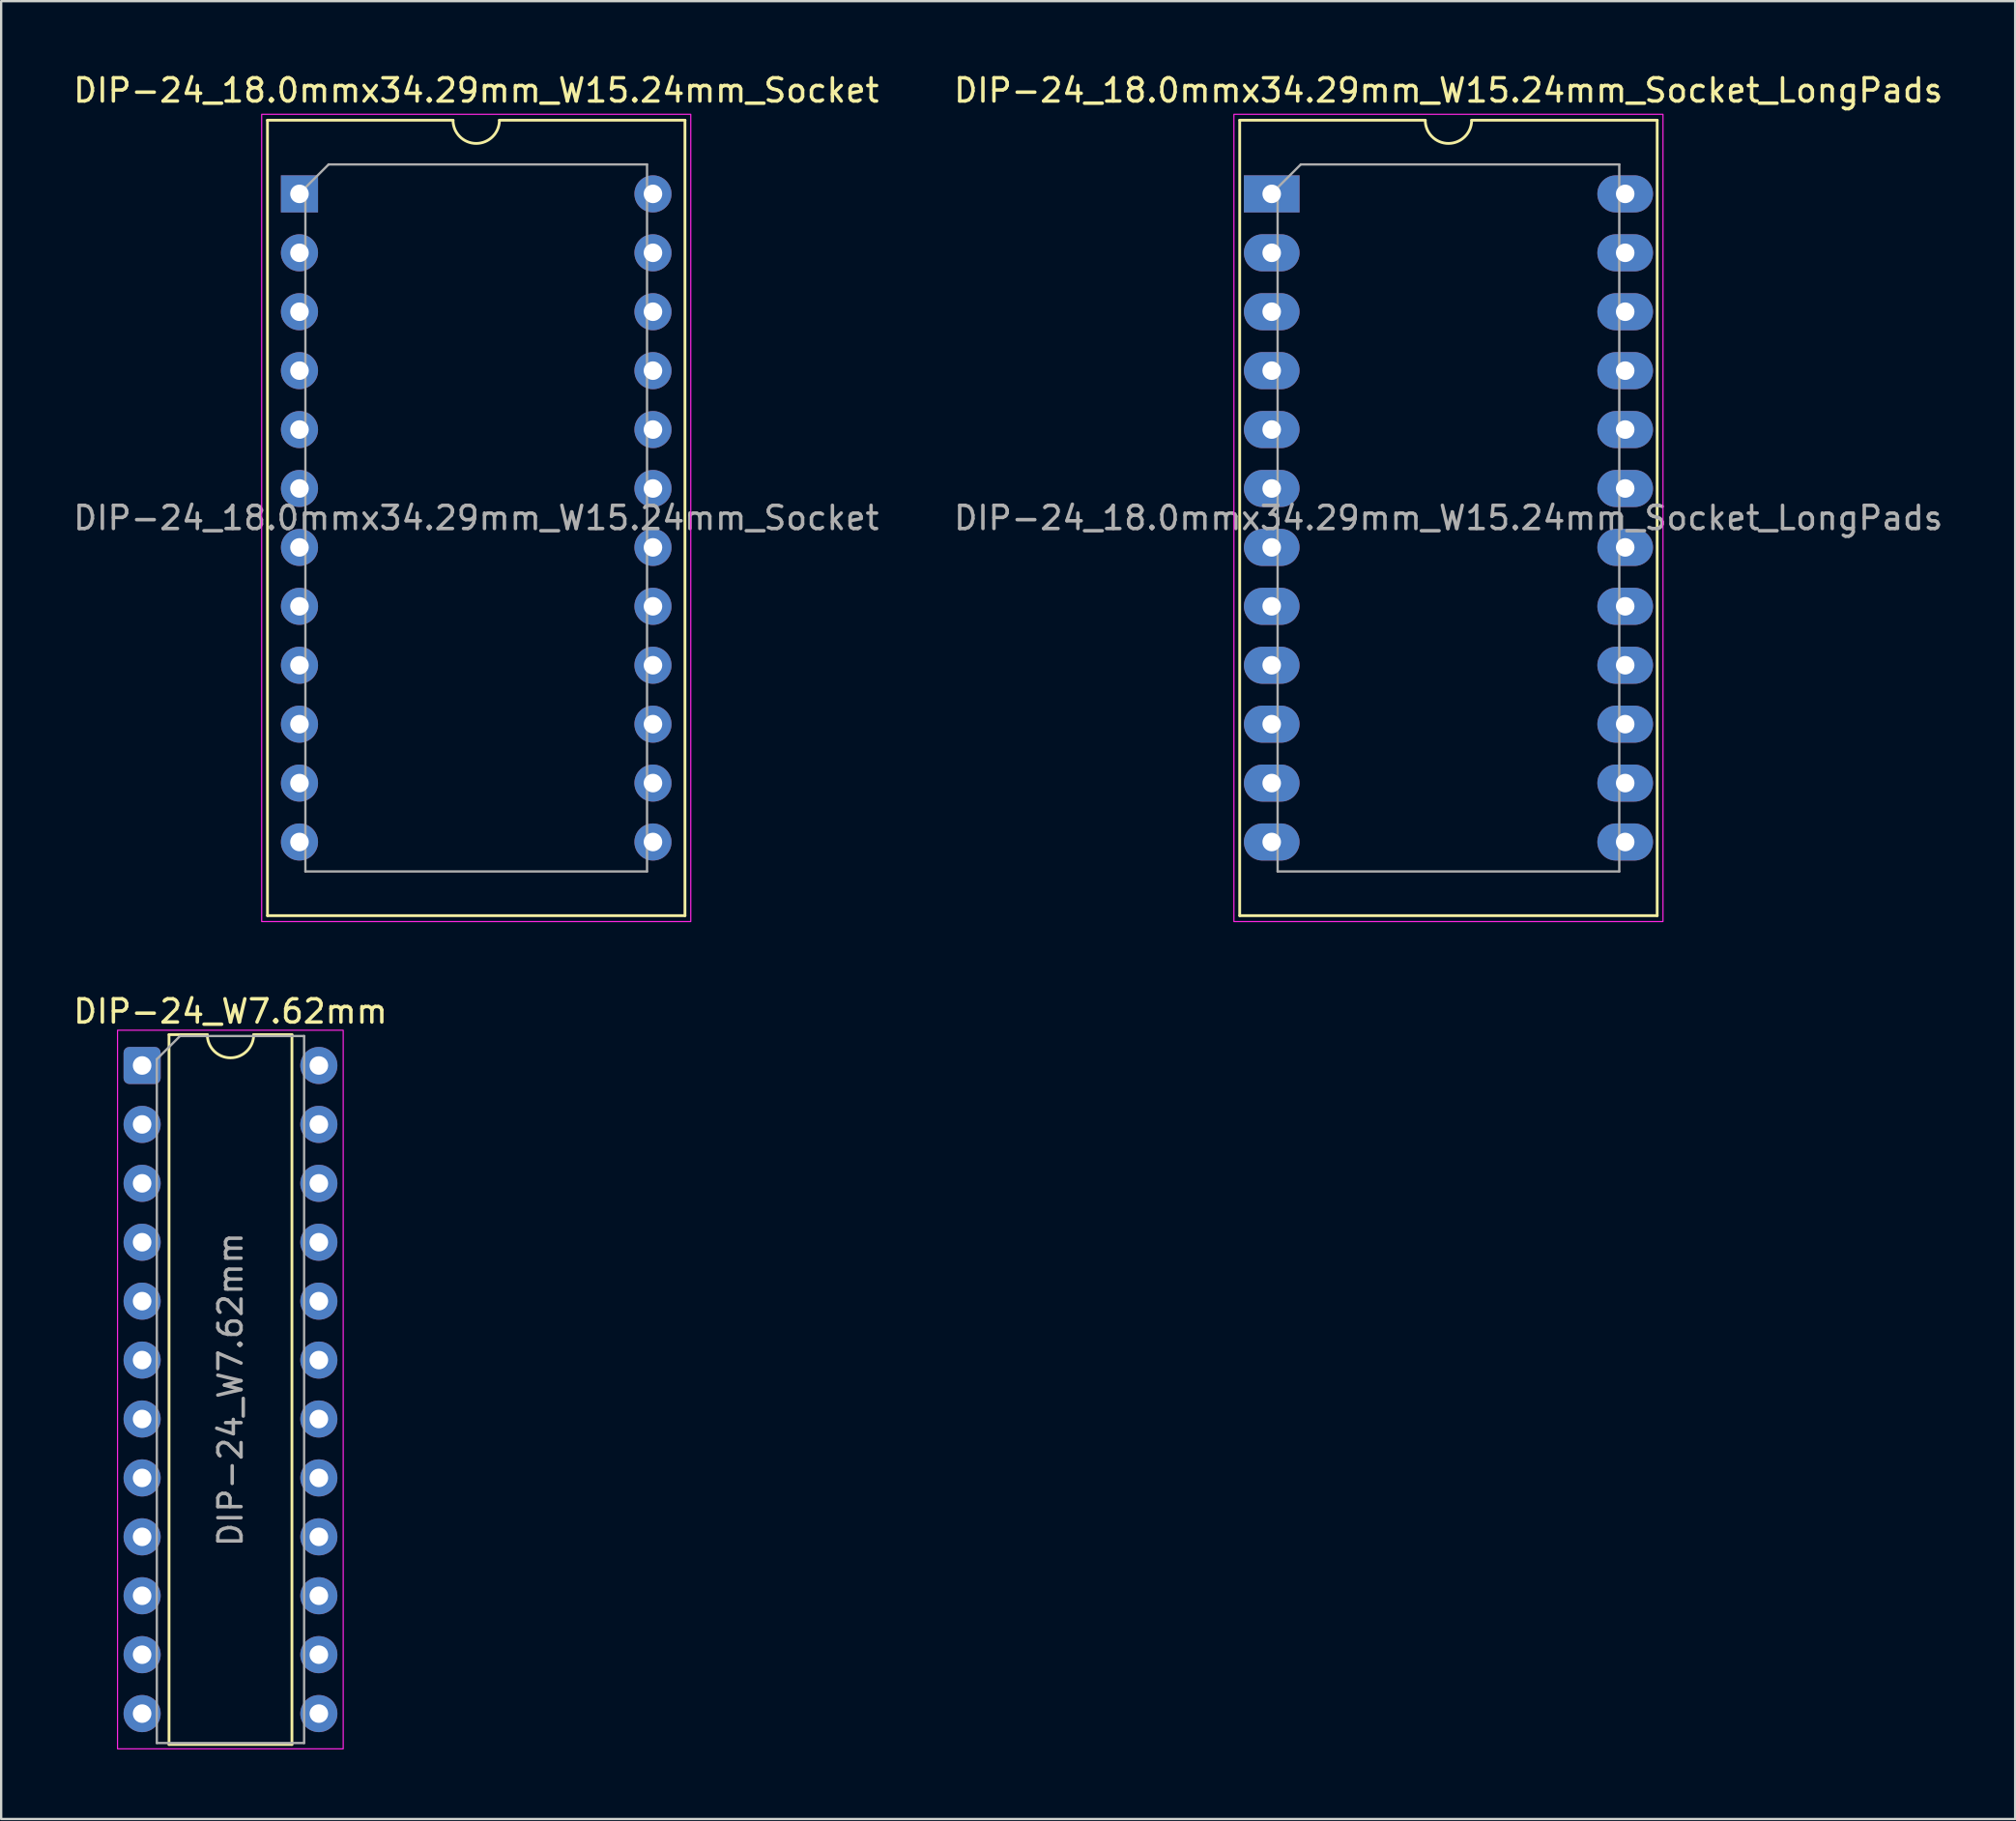
<source format=kicad_pcb>
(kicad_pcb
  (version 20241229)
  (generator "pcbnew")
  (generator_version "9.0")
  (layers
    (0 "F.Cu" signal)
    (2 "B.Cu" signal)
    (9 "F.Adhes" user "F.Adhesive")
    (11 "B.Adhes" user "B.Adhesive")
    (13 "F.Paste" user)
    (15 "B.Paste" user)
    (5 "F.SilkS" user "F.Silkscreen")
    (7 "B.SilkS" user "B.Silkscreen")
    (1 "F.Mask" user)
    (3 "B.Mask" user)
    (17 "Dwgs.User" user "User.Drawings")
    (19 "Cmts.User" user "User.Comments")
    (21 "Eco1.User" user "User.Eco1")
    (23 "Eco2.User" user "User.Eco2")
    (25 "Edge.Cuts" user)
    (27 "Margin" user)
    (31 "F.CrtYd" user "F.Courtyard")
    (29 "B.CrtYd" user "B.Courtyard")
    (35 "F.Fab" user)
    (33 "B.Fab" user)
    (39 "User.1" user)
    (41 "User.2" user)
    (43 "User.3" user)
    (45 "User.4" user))
  (footprint "DIP-24_W7.62mm"
    (layer "F.Cu")
    (at 3.077 42.882)
    (property "Reference" "DIP-24_W7.62mm" (at 3.81 -2.33 0) (layer "F.SilkS") (effects (font (size 1 1) (thickness 0.15))))
    (attr through_hole)
    (fp_line (start 1.16 -1.33) (end 1.16 29.27) (stroke (width 0.12) (type solid)) (layer "F.SilkS"))
    (fp_line (start 1.16 29.27) (end 6.46 29.27) (stroke (width 0.12) (type solid)) (layer "F.SilkS"))
    (fp_line (start 2.81 -1.33) (end 1.16 -1.33) (stroke (width 0.12) (type solid)) (layer "F.SilkS"))
    (fp_line (start 6.46 -1.33) (end 4.81 -1.33) (stroke (width 0.12) (type solid)) (layer "F.SilkS"))
    (fp_line (start 6.46 29.27) (end 6.46 -1.33) (stroke (width 0.12) (type solid)) (layer "F.SilkS"))
    (fp_arc (start 4.81 -1.33) (mid 3.81 -0.33) (end 2.81 -1.33) (stroke (width 0.12) (type solid)) (layer "F.SilkS"))
    (fp_rect (start -1.06 -1.52) (end 8.67 29.46) (stroke (width 0.05) (type solid)) (fill no) (layer "F.CrtYd"))
    (fp_line (start 0.635 -0.27) (end 1.635 -1.27) (stroke (width 0.1) (type solid)) (layer "F.Fab"))
    (fp_line (start 0.635 29.21) (end 0.635 -0.27) (stroke (width 0.1) (type solid)) (layer "F.Fab"))
    (fp_line (start 1.635 -1.27) (end 6.985 -1.27) (stroke (width 0.1) (type solid)) (layer "F.Fab"))
    (fp_line (start 6.985 -1.27) (end 6.985 29.21) (stroke (width 0.1) (type solid)) (layer "F.Fab"))
    (fp_line (start 6.985 29.21) (end 0.635 29.21) (stroke (width 0.1) (type solid)) (layer "F.Fab"))
    (fp_text user "${REFERENCE}" (at 3.81 13.97 90) (layer "F.Fab") (effects (font (size 1 1) (thickness 0.15))))
    (pad "1" thru_hole roundrect (at 0 0) (size 1.6 1.6) (drill 0.8) (layers "*.Cu" "*.Mask") (roundrect_rratio 0.156))
    (pad "2" thru_hole circle (at 0 2.54) (size 1.6 1.6) (drill 0.8) (layers "*.Cu" "*.Mask"))
    (pad "3" thru_hole circle (at 0 5.08) (size 1.6 1.6) (drill 0.8) (layers "*.Cu" "*.Mask"))
    (pad "4" thru_hole circle (at 0 7.62) (size 1.6 1.6) (drill 0.8) (layers "*.Cu" "*.Mask"))
    (pad "5" thru_hole circle (at 0 10.16) (size 1.6 1.6) (drill 0.8) (layers "*.Cu" "*.Mask"))
    (pad "6" thru_hole circle (at 0 12.7) (size 1.6 1.6) (drill 0.8) (layers "*.Cu" "*.Mask"))
    (pad "7" thru_hole circle (at 0 15.24) (size 1.6 1.6) (drill 0.8) (layers "*.Cu" "*.Mask"))
    (pad "8" thru_hole circle (at 0 17.78) (size 1.6 1.6) (drill 0.8) (layers "*.Cu" "*.Mask"))
    (pad "9" thru_hole circle (at 0 20.32) (size 1.6 1.6) (drill 0.8) (layers "*.Cu" "*.Mask"))
    (pad "10" thru_hole circle (at 0 22.86) (size 1.6 1.6) (drill 0.8) (layers "*.Cu" "*.Mask"))
    (pad "11" thru_hole circle (at 0 25.4) (size 1.6 1.6) (drill 0.8) (layers "*.Cu" "*.Mask"))
    (pad "12" thru_hole circle (at 0 27.94) (size 1.6 1.6) (drill 0.8) (layers "*.Cu" "*.Mask"))
    (pad "13" thru_hole circle (at 7.62 27.94) (size 1.6 1.6) (drill 0.8) (layers "*.Cu" "*.Mask"))
    (pad "14" thru_hole circle (at 7.62 25.4) (size 1.6 1.6) (drill 0.8) (layers "*.Cu" "*.Mask"))
    (pad "15" thru_hole circle (at 7.62 22.86) (size 1.6 1.6) (drill 0.8) (layers "*.Cu" "*.Mask"))
    (pad "16" thru_hole circle (at 7.62 20.32) (size 1.6 1.6) (drill 0.8) (layers "*.Cu" "*.Mask"))
    (pad "17" thru_hole circle (at 7.62 17.78) (size 1.6 1.6) (drill 0.8) (layers "*.Cu" "*.Mask"))
    (pad "18" thru_hole circle (at 7.62 15.24) (size 1.6 1.6) (drill 0.8) (layers "*.Cu" "*.Mask"))
    (pad "19" thru_hole circle (at 7.62 12.7) (size 1.6 1.6) (drill 0.8) (layers "*.Cu" "*.Mask"))
    (pad "20" thru_hole circle (at 7.62 10.16) (size 1.6 1.6) (drill 0.8) (layers "*.Cu" "*.Mask"))
    (pad "21" thru_hole circle (at 7.62 7.62) (size 1.6 1.6) (drill 0.8) (layers "*.Cu" "*.Mask"))
    (pad "22" thru_hole circle (at 7.62 5.08) (size 1.6 1.6) (drill 0.8) (layers "*.Cu" "*.Mask"))
    (pad "23" thru_hole circle (at 7.62 2.54) (size 1.6 1.6) (drill 0.8) (layers "*.Cu" "*.Mask"))
    (pad "24" thru_hole circle (at 7.62 0) (size 1.6 1.6) (drill 0.8) (layers "*.Cu" "*.Mask")))
  (footprint "DIP-24_18.0mmx34.29mm_W15.24mm_Socket"
    (layer "F.Cu")
    (at 9.862 5.308)
    (property "Reference" "DIP-24_18.0mmx34.29mm_W15.24mm_Socket" (at 7.62 -4.46 0) (layer "F.SilkS") (effects (font (size 1 1) (thickness 0.15))))
    (attr through_hole)
    (fp_line (start -1.38 -3.175) (end -1.38 31.115) (stroke (width 0.12) (type solid)) (layer "F.SilkS"))
    (fp_line (start -1.38 31.115) (end 16.62 31.115) (stroke (width 0.12) (type solid)) (layer "F.SilkS"))
    (fp_line (start 6.62 -3.175) (end -1.38 -3.175) (stroke (width 0.12) (type solid)) (layer "F.SilkS"))
    (fp_line (start 16.62 -3.175) (end 8.62 -3.175) (stroke (width 0.12) (type solid)) (layer "F.SilkS"))
    (fp_line (start 16.62 31.115) (end 16.62 -3.175) (stroke (width 0.12) (type solid)) (layer "F.SilkS"))
    (fp_arc (start 8.62 -3.175) (mid 7.62 -2.175) (end 6.62 -3.175) (stroke (width 0.12) (type solid)) (layer "F.SilkS"))
    (fp_rect (start -1.63 -3.43) (end 16.87 31.37) (stroke (width 0.05) (type default)) (fill no) (layer "F.CrtYd"))
    (fp_line (start 0.255 -0.27) (end 1.255 -1.27) (stroke (width 0.1) (type solid)) (layer "F.Fab"))
    (fp_line (start 0.255 29.21) (end 0.255 -0.27) (stroke (width 0.1) (type solid)) (layer "F.Fab"))
    (fp_line (start 1.255 -1.27) (end 14.985 -1.27) (stroke (width 0.1) (type solid)) (layer "F.Fab"))
    (fp_line (start 14.985 -1.27) (end 14.985 29.21) (stroke (width 0.1) (type solid)) (layer "F.Fab"))
    (fp_line (start 14.985 29.21) (end 0.255 29.21) (stroke (width 0.1) (type solid)) (layer "F.Fab"))
    (fp_text user "${REFERENCE}" (at 7.62 13.97 0) (layer "F.Fab") (effects (font (size 1 1) (thickness 0.15))))
    (pad "1" thru_hole rect (at 0 0) (size 1.6 1.6) (drill 0.8) (layers "*.Cu" "*.Mask"))
    (pad "2" thru_hole oval (at 0 2.54) (size 1.6 1.6) (drill 0.8) (layers "*.Cu" "*.Mask"))
    (pad "3" thru_hole oval (at 0 5.08) (size 1.6 1.6) (drill 0.8) (layers "*.Cu" "*.Mask"))
    (pad "4" thru_hole oval (at 0 7.62) (size 1.6 1.6) (drill 0.8) (layers "*.Cu" "*.Mask"))
    (pad "5" thru_hole oval (at 0 10.16) (size 1.6 1.6) (drill 0.8) (layers "*.Cu" "*.Mask"))
    (pad "6" thru_hole oval (at 0 12.7) (size 1.6 1.6) (drill 0.8) (layers "*.Cu" "*.Mask"))
    (pad "7" thru_hole oval (at 0 15.24) (size 1.6 1.6) (drill 0.8) (layers "*.Cu" "*.Mask"))
    (pad "8" thru_hole oval (at 0 17.78) (size 1.6 1.6) (drill 0.8) (layers "*.Cu" "*.Mask"))
    (pad "9" thru_hole oval (at 0 20.32) (size 1.6 1.6) (drill 0.8) (layers "*.Cu" "*.Mask"))
    (pad "10" thru_hole oval (at 0 22.86) (size 1.6 1.6) (drill 0.8) (layers "*.Cu" "*.Mask"))
    (pad "11" thru_hole oval (at 0 25.4) (size 1.6 1.6) (drill 0.8) (layers "*.Cu" "*.Mask"))
    (pad "12" thru_hole oval (at 0 27.94) (size 1.6 1.6) (drill 0.8) (layers "*.Cu" "*.Mask"))
    (pad "13" thru_hole oval (at 15.24 27.94) (size 1.6 1.6) (drill 0.8) (layers "*.Cu" "*.Mask"))
    (pad "14" thru_hole oval (at 15.24 25.4) (size 1.6 1.6) (drill 0.8) (layers "*.Cu" "*.Mask"))
    (pad "15" thru_hole oval (at 15.24 22.86) (size 1.6 1.6) (drill 0.8) (layers "*.Cu" "*.Mask"))
    (pad "16" thru_hole oval (at 15.24 20.32) (size 1.6 1.6) (drill 0.8) (layers "*.Cu" "*.Mask"))
    (pad "17" thru_hole oval (at 15.24 17.78) (size 1.6 1.6) (drill 0.8) (layers "*.Cu" "*.Mask"))
    (pad "18" thru_hole oval (at 15.24 15.24) (size 1.6 1.6) (drill 0.8) (layers "*.Cu" "*.Mask"))
    (pad "19" thru_hole oval (at 15.24 12.7) (size 1.6 1.6) (drill 0.8) (layers "*.Cu" "*.Mask"))
    (pad "20" thru_hole oval (at 15.24 10.16) (size 1.6 1.6) (drill 0.8) (layers "*.Cu" "*.Mask"))
    (pad "21" thru_hole oval (at 15.24 7.62) (size 1.6 1.6) (drill 0.8) (layers "*.Cu" "*.Mask"))
    (pad "22" thru_hole oval (at 15.24 5.08) (size 1.6 1.6) (drill 0.8) (layers "*.Cu" "*.Mask"))
    (pad "23" thru_hole oval (at 15.24 2.54) (size 1.6 1.6) (drill 0.8) (layers "*.Cu" "*.Mask"))
    (pad "24" thru_hole oval (at 15.24 0) (size 1.6 1.6) (drill 0.8) (layers "*.Cu" "*.Mask")))
  (footprint "DIP-24_18.0mmx34.29mm_W15.24mm_Socket_LongPads"
    (layer "F.Cu")
    (at 51.779 5.308)
    (property "Reference" "DIP-24_18.0mmx34.29mm_W15.24mm_Socket_LongPads" (at 7.62 -4.46 0) (layer "F.SilkS") (effects (font (size 1 1) (thickness 0.15))))
    (attr through_hole)
    (fp_line (start -1.38 -3.175) (end -1.38 31.115) (stroke (width 0.12) (type solid)) (layer "F.SilkS"))
    (fp_line (start -1.38 31.115) (end 16.62 31.115) (stroke (width 0.12) (type solid)) (layer "F.SilkS"))
    (fp_line (start 6.62 -3.175) (end -1.38 -3.175) (stroke (width 0.12) (type solid)) (layer "F.SilkS"))
    (fp_line (start 16.62 -3.175) (end 8.62 -3.175) (stroke (width 0.12) (type solid)) (layer "F.SilkS"))
    (fp_line (start 16.62 31.115) (end 16.62 -3.175) (stroke (width 0.12) (type solid)) (layer "F.SilkS"))
    (fp_arc (start 8.62 -3.175) (mid 7.62 -2.175) (end 6.62 -3.175) (stroke (width 0.12) (type solid)) (layer "F.SilkS"))
    (fp_rect (start -1.63 -3.43) (end 16.87 31.37) (stroke (width 0.05) (type default)) (fill no) (layer "F.CrtYd"))
    (fp_line (start 0.255 -0.27) (end 1.255 -1.27) (stroke (width 0.1) (type solid)) (layer "F.Fab"))
    (fp_line (start 0.255 29.21) (end 0.255 -0.27) (stroke (width 0.1) (type solid)) (layer "F.Fab"))
    (fp_line (start 1.255 -1.27) (end 14.985 -1.27) (stroke (width 0.1) (type solid)) (layer "F.Fab"))
    (fp_line (start 14.985 -1.27) (end 14.985 29.21) (stroke (width 0.1) (type solid)) (layer "F.Fab"))
    (fp_line (start 14.985 29.21) (end 0.255 29.21) (stroke (width 0.1) (type solid)) (layer "F.Fab"))
    (fp_text user "${REFERENCE}" (at 7.62 13.97 0) (layer "F.Fab") (effects (font (size 1 1) (thickness 0.15))))
    (pad "1" thru_hole rect (at 0 0) (size 2.4 1.6) (drill 0.8) (layers "*.Cu" "*.Mask"))
    (pad "2" thru_hole oval (at 0 2.54) (size 2.4 1.6) (drill 0.8) (layers "*.Cu" "*.Mask"))
    (pad "3" thru_hole oval (at 0 5.08) (size 2.4 1.6) (drill 0.8) (layers "*.Cu" "*.Mask"))
    (pad "4" thru_hole oval (at 0 7.62) (size 2.4 1.6) (drill 0.8) (layers "*.Cu" "*.Mask"))
    (pad "5" thru_hole oval (at 0 10.16) (size 2.4 1.6) (drill 0.8) (layers "*.Cu" "*.Mask"))
    (pad "6" thru_hole oval (at 0 12.7) (size 2.4 1.6) (drill 0.8) (layers "*.Cu" "*.Mask"))
    (pad "7" thru_hole oval (at 0 15.24) (size 2.4 1.6) (drill 0.8) (layers "*.Cu" "*.Mask"))
    (pad "8" thru_hole oval (at 0 17.78) (size 2.4 1.6) (drill 0.8) (layers "*.Cu" "*.Mask"))
    (pad "9" thru_hole oval (at 0 20.32) (size 2.4 1.6) (drill 0.8) (layers "*.Cu" "*.Mask"))
    (pad "10" thru_hole oval (at 0 22.86) (size 2.4 1.6) (drill 0.8) (layers "*.Cu" "*.Mask"))
    (pad "11" thru_hole oval (at 0 25.4) (size 2.4 1.6) (drill 0.8) (layers "*.Cu" "*.Mask"))
    (pad "12" thru_hole oval (at 0 27.94) (size 2.4 1.6) (drill 0.8) (layers "*.Cu" "*.Mask"))
    (pad "13" thru_hole oval (at 15.24 27.94) (size 2.4 1.6) (drill 0.8) (layers "*.Cu" "*.Mask"))
    (pad "14" thru_hole oval (at 15.24 25.4) (size 2.4 1.6) (drill 0.8) (layers "*.Cu" "*.Mask"))
    (pad "15" thru_hole oval (at 15.24 22.86) (size 2.4 1.6) (drill 0.8) (layers "*.Cu" "*.Mask"))
    (pad "16" thru_hole oval (at 15.24 20.32) (size 2.4 1.6) (drill 0.8) (layers "*.Cu" "*.Mask"))
    (pad "17" thru_hole oval (at 15.24 17.78) (size 2.4 1.6) (drill 0.8) (layers "*.Cu" "*.Mask"))
    (pad "18" thru_hole oval (at 15.24 15.24) (size 2.4 1.6) (drill 0.8) (layers "*.Cu" "*.Mask"))
    (pad "19" thru_hole oval (at 15.24 12.7) (size 2.4 1.6) (drill 0.8) (layers "*.Cu" "*.Mask"))
    (pad "20" thru_hole oval (at 15.24 10.16) (size 2.4 1.6) (drill 0.8) (layers "*.Cu" "*.Mask"))
    (pad "21" thru_hole oval (at 15.24 7.62) (size 2.4 1.6) (drill 0.8) (layers "*.Cu" "*.Mask"))
    (pad "22" thru_hole oval (at 15.24 5.08) (size 2.4 1.6) (drill 0.8) (layers "*.Cu" "*.Mask"))
    (pad "23" thru_hole oval (at 15.24 2.54) (size 2.4 1.6) (drill 0.8) (layers "*.Cu" "*.Mask"))
    (pad "24" thru_hole oval (at 15.24 0) (size 2.4 1.6) (drill 0.8) (layers "*.Cu" "*.Mask")))
  (gr_rect
    (start -3 -3)
    (end 83.833 75.367)
    (stroke (width 0.1) (type default))
    (fill no)
    (layer "Edge.Cuts")))
</source>
